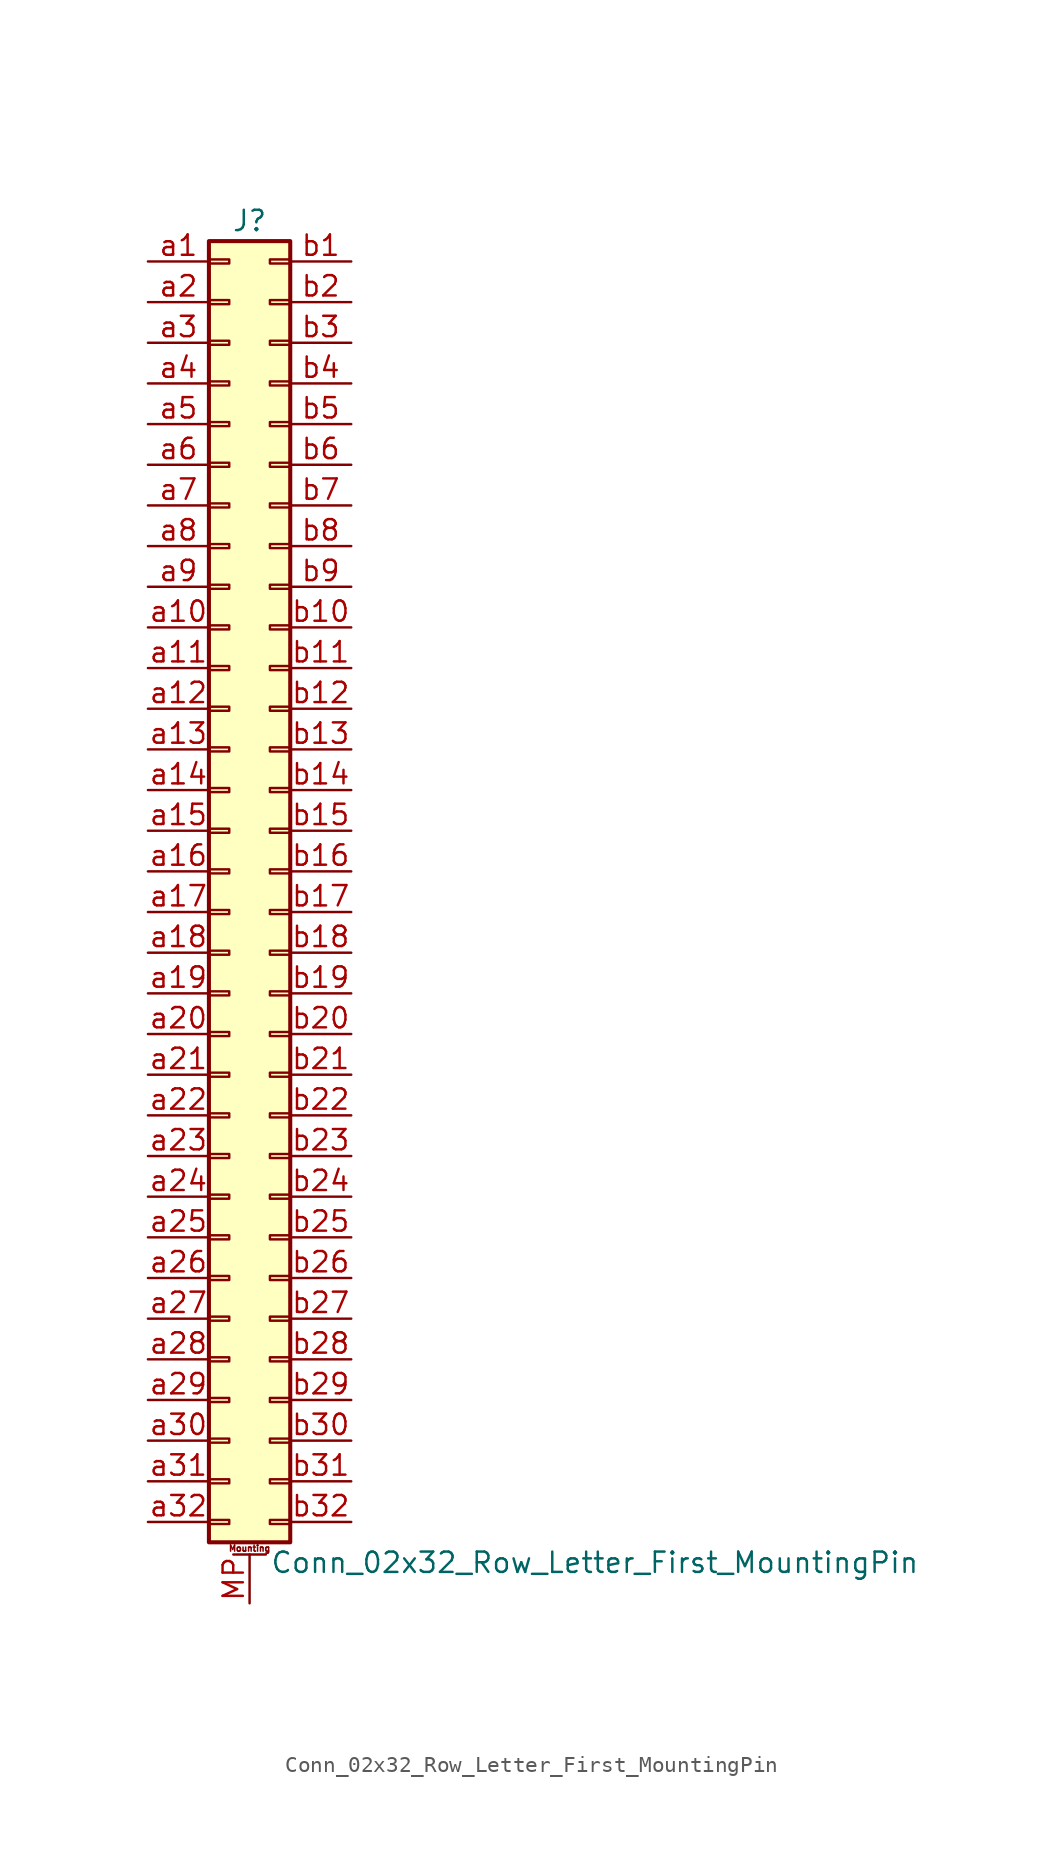
<source format=kicad_sym>
(kicad_symbol_lib
  (version 20201005)
  (generator kicad_symbol_editor)
  (symbol "Conn_02x32_Row_Letter_First_MountingPin"
    (pin_names
      (offset 1.016) hide)
    (property "Reference" "J"
      (at 1.27 40.64 0)
      (effects (font (size 1.27 1.27))))
    (property "Value" "Conn_02x32_Row_Letter_First_MountingPin"
      (at 2.54 -43.18 0)
      (effects (font (size 1.27 1.27)) (justify left)))
    (symbol "Conn_02x32_Row_Letter_First_MountingPin_1_1"
      (text "Mounting" (at 1.27 -42.291 0) (effects (font (size 0.381 0.381))))
      (rectangle (start -1.27 -40.513) (end 0 -40.767) (stroke (width 0.152)) (fill (type none)))
      (rectangle (start -1.27 -37.973) (end 0 -38.227) (stroke (width 0.152)) (fill (type none)))
      (rectangle (start -1.27 -35.433) (end 0 -35.687) (stroke (width 0.152)) (fill (type none)))
      (rectangle (start -1.27 -32.893) (end 0 -33.147) (stroke (width 0.152)) (fill (type none)))
      (rectangle (start -1.27 -30.353) (end 0 -30.607) (stroke (width 0.152)) (fill (type none)))
      (rectangle (start -1.27 -27.813) (end 0 -28.067) (stroke (width 0.152)) (fill (type none)))
      (rectangle (start -1.27 -25.273) (end 0 -25.527) (stroke (width 0.152)) (fill (type none)))
      (rectangle (start -1.27 -22.733) (end 0 -22.987) (stroke (width 0.152)) (fill (type none)))
      (rectangle (start -1.27 -20.193) (end 0 -20.447) (stroke (width 0.152)) (fill (type none)))
      (rectangle (start -1.27 -17.653) (end 0 -17.907) (stroke (width 0.152)) (fill (type none)))
      (rectangle (start -1.27 -15.113) (end 0 -15.367) (stroke (width 0.152)) (fill (type none)))
      (rectangle (start -1.27 -12.573) (end 0 -12.827) (stroke (width 0.152)) (fill (type none)))
      (rectangle (start -1.27 -10.033) (end 0 -10.287) (stroke (width 0.152)) (fill (type none)))
      (rectangle (start -1.27 -7.493) (end 0 -7.747) (stroke (width 0.152)) (fill (type none)))
      (rectangle (start -1.27 -4.953) (end 0 -5.207) (stroke (width 0.152)) (fill (type none)))
      (rectangle (start -1.27 -2.413) (end 0 -2.667) (stroke (width 0.152)) (fill (type none)))
      (rectangle (start -1.27 0.127) (end 0 -0.127) (stroke (width 0.152)) (fill (type none)))
      (rectangle (start -1.27 2.667) (end 0 2.413) (stroke (width 0.152)) (fill (type none)))
      (rectangle (start -1.27 5.207) (end 0 4.953) (stroke (width 0.152)) (fill (type none)))
      (rectangle (start -1.27 7.747) (end 0 7.493) (stroke (width 0.152)) (fill (type none)))
      (rectangle (start -1.27 10.287) (end 0 10.033) (stroke (width 0.152)) (fill (type none)))
      (rectangle (start -1.27 12.827) (end 0 12.573) (stroke (width 0.152)) (fill (type none)))
      (rectangle (start -1.27 15.367) (end 0 15.113) (stroke (width 0.152)) (fill (type none)))
      (rectangle (start -1.27 17.907) (end 0 17.653) (stroke (width 0.152)) (fill (type none)))
      (rectangle (start -1.27 20.447) (end 0 20.193) (stroke (width 0.152)) (fill (type none)))
      (rectangle (start -1.27 22.987) (end 0 22.733) (stroke (width 0.152)) (fill (type none)))
      (rectangle (start -1.27 25.527) (end 0 25.273) (stroke (width 0.152)) (fill (type none)))
      (rectangle (start -1.27 28.067) (end 0 27.813) (stroke (width 0.152)) (fill (type none)))
      (rectangle (start -1.27 30.607) (end 0 30.353) (stroke (width 0.152)) (fill (type none)))
      (rectangle (start -1.27 33.147) (end 0 32.893) (stroke (width 0.152)) (fill (type none)))
      (rectangle (start -1.27 35.687) (end 0 35.433) (stroke (width 0.152)) (fill (type none)))
      (rectangle (start -1.27 38.227) (end 0 37.973) (stroke (width 0.152)) (fill (type none)))
      (rectangle (start -1.27 39.37) (end 3.81 -41.91) (stroke (width 0.254)) (fill (type background)))
      (rectangle (start 3.81 -40.513) (end 2.54 -40.767) (stroke (width 0.152)) (fill (type none)))
      (rectangle (start 3.81 -37.973) (end 2.54 -38.227) (stroke (width 0.152)) (fill (type none)))
      (rectangle (start 3.81 -35.433) (end 2.54 -35.687) (stroke (width 0.152)) (fill (type none)))
      (rectangle (start 3.81 -32.893) (end 2.54 -33.147) (stroke (width 0.152)) (fill (type none)))
      (rectangle (start 3.81 -30.353) (end 2.54 -30.607) (stroke (width 0.152)) (fill (type none)))
      (rectangle (start 3.81 -27.813) (end 2.54 -28.067) (stroke (width 0.152)) (fill (type none)))
      (rectangle (start 3.81 -25.273) (end 2.54 -25.527) (stroke (width 0.152)) (fill (type none)))
      (rectangle (start 3.81 -22.733) (end 2.54 -22.987) (stroke (width 0.152)) (fill (type none)))
      (rectangle (start 3.81 -20.193) (end 2.54 -20.447) (stroke (width 0.152)) (fill (type none)))
      (rectangle (start 3.81 -17.653) (end 2.54 -17.907) (stroke (width 0.152)) (fill (type none)))
      (rectangle (start 3.81 -15.113) (end 2.54 -15.367) (stroke (width 0.152)) (fill (type none)))
      (rectangle (start 3.81 -12.573) (end 2.54 -12.827) (stroke (width 0.152)) (fill (type none)))
      (rectangle (start 3.81 -10.033) (end 2.54 -10.287) (stroke (width 0.152)) (fill (type none)))
      (rectangle (start 3.81 -7.493) (end 2.54 -7.747) (stroke (width 0.152)) (fill (type none)))
      (rectangle (start 3.81 -4.953) (end 2.54 -5.207) (stroke (width 0.152)) (fill (type none)))
      (rectangle (start 3.81 -2.413) (end 2.54 -2.667) (stroke (width 0.152)) (fill (type none)))
      (rectangle (start 3.81 0.127) (end 2.54 -0.127) (stroke (width 0.152)) (fill (type none)))
      (rectangle (start 3.81 2.667) (end 2.54 2.413) (stroke (width 0.152)) (fill (type none)))
      (rectangle (start 3.81 5.207) (end 2.54 4.953) (stroke (width 0.152)) (fill (type none)))
      (rectangle (start 3.81 7.747) (end 2.54 7.493) (stroke (width 0.152)) (fill (type none)))
      (rectangle (start 3.81 10.287) (end 2.54 10.033) (stroke (width 0.152)) (fill (type none)))
      (rectangle (start 3.81 12.827) (end 2.54 12.573) (stroke (width 0.152)) (fill (type none)))
      (rectangle (start 3.81 15.367) (end 2.54 15.113) (stroke (width 0.152)) (fill (type none)))
      (rectangle (start 3.81 17.907) (end 2.54 17.653) (stroke (width 0.152)) (fill (type none)))
      (rectangle (start 3.81 20.447) (end 2.54 20.193) (stroke (width 0.152)) (fill (type none)))
      (rectangle (start 3.81 22.987) (end 2.54 22.733) (stroke (width 0.152)) (fill (type none)))
      (rectangle (start 3.81 25.527) (end 2.54 25.273) (stroke (width 0.152)) (fill (type none)))
      (rectangle (start 3.81 28.067) (end 2.54 27.813) (stroke (width 0.152)) (fill (type none)))
      (rectangle (start 3.81 30.607) (end 2.54 30.353) (stroke (width 0.152)) (fill (type none)))
      (rectangle (start 3.81 33.147) (end 2.54 32.893) (stroke (width 0.152)) (fill (type none)))
      (rectangle (start 3.81 35.687) (end 2.54 35.433) (stroke (width 0.152)) (fill (type none)))
      (rectangle (start 3.81 38.227) (end 2.54 37.973) (stroke (width 0.152)) (fill (type none)))
      (polyline (pts (xy 0.254 -42.672) (xy 2.286 -42.672)) (stroke (width 0.152)) (fill (type none)))
      (pin passive line (at 1.27 -45.72 90) (length 3.048) (name "MountPin" (effects (font (size 1.27 1.27)))) (number "MP" (effects (font (size 1.27 1.27)))))
      (pin passive line (at -5.08 38.1 0) (length 3.81) (name "Pin_a1" (effects (font (size 1.27 1.27)))) (number "a1" (effects (font (size 1.27 1.27)))))
      (pin passive line (at -5.08 15.24 0) (length 3.81) (name "Pin_a10" (effects (font (size 1.27 1.27)))) (number "a10" (effects (font (size 1.27 1.27)))))
      (pin passive line (at -5.08 12.7 0) (length 3.81) (name "Pin_a11" (effects (font (size 1.27 1.27)))) (number "a11" (effects (font (size 1.27 1.27)))))
      (pin passive line (at -5.08 10.16 0) (length 3.81) (name "Pin_a12" (effects (font (size 1.27 1.27)))) (number "a12" (effects (font (size 1.27 1.27)))))
      (pin passive line (at -5.08 7.62 0) (length 3.81) (name "Pin_a13" (effects (font (size 1.27 1.27)))) (number "a13" (effects (font (size 1.27 1.27)))))
      (pin passive line (at -5.08 5.08 0) (length 3.81) (name "Pin_a14" (effects (font (size 1.27 1.27)))) (number "a14" (effects (font (size 1.27 1.27)))))
      (pin passive line (at -5.08 2.54 0) (length 3.81) (name "Pin_a15" (effects (font (size 1.27 1.27)))) (number "a15" (effects (font (size 1.27 1.27)))))
      (pin passive line (at -5.08 0 0) (length 3.81) (name "Pin_a16" (effects (font (size 1.27 1.27)))) (number "a16" (effects (font (size 1.27 1.27)))))
      (pin passive line (at -5.08 -2.54 0) (length 3.81) (name "Pin_a17" (effects (font (size 1.27 1.27)))) (number "a17" (effects (font (size 1.27 1.27)))))
      (pin passive line (at -5.08 -5.08 0) (length 3.81) (name "Pin_a18" (effects (font (size 1.27 1.27)))) (number "a18" (effects (font (size 1.27 1.27)))))
      (pin passive line (at -5.08 -7.62 0) (length 3.81) (name "Pin_a19" (effects (font (size 1.27 1.27)))) (number "a19" (effects (font (size 1.27 1.27)))))
      (pin passive line (at -5.08 35.56 0) (length 3.81) (name "Pin_a2" (effects (font (size 1.27 1.27)))) (number "a2" (effects (font (size 1.27 1.27)))))
      (pin passive line (at -5.08 -10.16 0) (length 3.81) (name "Pin_a20" (effects (font (size 1.27 1.27)))) (number "a20" (effects (font (size 1.27 1.27)))))
      (pin passive line (at -5.08 -12.7 0) (length 3.81) (name "Pin_a21" (effects (font (size 1.27 1.27)))) (number "a21" (effects (font (size 1.27 1.27)))))
      (pin passive line (at -5.08 -15.24 0) (length 3.81) (name "Pin_a22" (effects (font (size 1.27 1.27)))) (number "a22" (effects (font (size 1.27 1.27)))))
      (pin passive line (at -5.08 -17.78 0) (length 3.81) (name "Pin_a23" (effects (font (size 1.27 1.27)))) (number "a23" (effects (font (size 1.27 1.27)))))
      (pin passive line (at -5.08 -20.32 0) (length 3.81) (name "Pin_a24" (effects (font (size 1.27 1.27)))) (number "a24" (effects (font (size 1.27 1.27)))))
      (pin passive line (at -5.08 -22.86 0) (length 3.81) (name "Pin_a25" (effects (font (size 1.27 1.27)))) (number "a25" (effects (font (size 1.27 1.27)))))
      (pin passive line (at -5.08 -25.4 0) (length 3.81) (name "Pin_a26" (effects (font (size 1.27 1.27)))) (number "a26" (effects (font (size 1.27 1.27)))))
      (pin passive line (at -5.08 -27.94 0) (length 3.81) (name "Pin_a27" (effects (font (size 1.27 1.27)))) (number "a27" (effects (font (size 1.27 1.27)))))
      (pin passive line (at -5.08 -30.48 0) (length 3.81) (name "Pin_a28" (effects (font (size 1.27 1.27)))) (number "a28" (effects (font (size 1.27 1.27)))))
      (pin passive line (at -5.08 -33.02 0) (length 3.81) (name "Pin_a29" (effects (font (size 1.27 1.27)))) (number "a29" (effects (font (size 1.27 1.27)))))
      (pin passive line (at -5.08 33.02 0) (length 3.81) (name "Pin_a3" (effects (font (size 1.27 1.27)))) (number "a3" (effects (font (size 1.27 1.27)))))
      (pin passive line (at -5.08 -35.56 0) (length 3.81) (name "Pin_a30" (effects (font (size 1.27 1.27)))) (number "a30" (effects (font (size 1.27 1.27)))))
      (pin passive line (at -5.08 -38.1 0) (length 3.81) (name "Pin_a31" (effects (font (size 1.27 1.27)))) (number "a31" (effects (font (size 1.27 1.27)))))
      (pin passive line (at -5.08 -40.64 0) (length 3.81) (name "Pin_a32" (effects (font (size 1.27 1.27)))) (number "a32" (effects (font (size 1.27 1.27)))))
      (pin passive line (at -5.08 30.48 0) (length 3.81) (name "Pin_a4" (effects (font (size 1.27 1.27)))) (number "a4" (effects (font (size 1.27 1.27)))))
      (pin passive line (at -5.08 27.94 0) (length 3.81) (name "Pin_a5" (effects (font (size 1.27 1.27)))) (number "a5" (effects (font (size 1.27 1.27)))))
      (pin passive line (at -5.08 25.4 0) (length 3.81) (name "Pin_a6" (effects (font (size 1.27 1.27)))) (number "a6" (effects (font (size 1.27 1.27)))))
      (pin passive line (at -5.08 22.86 0) (length 3.81) (name "Pin_a7" (effects (font (size 1.27 1.27)))) (number "a7" (effects (font (size 1.27 1.27)))))
      (pin passive line (at -5.08 20.32 0) (length 3.81) (name "Pin_a8" (effects (font (size 1.27 1.27)))) (number "a8" (effects (font (size 1.27 1.27)))))
      (pin passive line (at -5.08 17.78 0) (length 3.81) (name "Pin_a9" (effects (font (size 1.27 1.27)))) (number "a9" (effects (font (size 1.27 1.27)))))
      (pin passive line (at 7.62 38.1 180) (length 3.81) (name "Pin_b1" (effects (font (size 1.27 1.27)))) (number "b1" (effects (font (size 1.27 1.27)))))
      (pin passive line (at 7.62 15.24 180) (length 3.81) (name "Pin_b10" (effects (font (size 1.27 1.27)))) (number "b10" (effects (font (size 1.27 1.27)))))
      (pin passive line (at 7.62 12.7 180) (length 3.81) (name "Pin_b11" (effects (font (size 1.27 1.27)))) (number "b11" (effects (font (size 1.27 1.27)))))
      (pin passive line (at 7.62 10.16 180) (length 3.81) (name "Pin_b12" (effects (font (size 1.27 1.27)))) (number "b12" (effects (font (size 1.27 1.27)))))
      (pin passive line (at 7.62 7.62 180) (length 3.81) (name "Pin_b13" (effects (font (size 1.27 1.27)))) (number "b13" (effects (font (size 1.27 1.27)))))
      (pin passive line (at 7.62 5.08 180) (length 3.81) (name "Pin_b14" (effects (font (size 1.27 1.27)))) (number "b14" (effects (font (size 1.27 1.27)))))
      (pin passive line (at 7.62 2.54 180) (length 3.81) (name "Pin_b15" (effects (font (size 1.27 1.27)))) (number "b15" (effects (font (size 1.27 1.27)))))
      (pin passive line (at 7.62 0 180) (length 3.81) (name "Pin_b16" (effects (font (size 1.27 1.27)))) (number "b16" (effects (font (size 1.27 1.27)))))
      (pin passive line (at 7.62 -2.54 180) (length 3.81) (name "Pin_b17" (effects (font (size 1.27 1.27)))) (number "b17" (effects (font (size 1.27 1.27)))))
      (pin passive line (at 7.62 -5.08 180) (length 3.81) (name "Pin_b18" (effects (font (size 1.27 1.27)))) (number "b18" (effects (font (size 1.27 1.27)))))
      (pin passive line (at 7.62 -7.62 180) (length 3.81) (name "Pin_b19" (effects (font (size 1.27 1.27)))) (number "b19" (effects (font (size 1.27 1.27)))))
      (pin passive line (at 7.62 35.56 180) (length 3.81) (name "Pin_b2" (effects (font (size 1.27 1.27)))) (number "b2" (effects (font (size 1.27 1.27)))))
      (pin passive line (at 7.62 -10.16 180) (length 3.81) (name "Pin_b20" (effects (font (size 1.27 1.27)))) (number "b20" (effects (font (size 1.27 1.27)))))
      (pin passive line (at 7.62 -12.7 180) (length 3.81) (name "Pin_b21" (effects (font (size 1.27 1.27)))) (number "b21" (effects (font (size 1.27 1.27)))))
      (pin passive line (at 7.62 -15.24 180) (length 3.81) (name "Pin_b22" (effects (font (size 1.27 1.27)))) (number "b22" (effects (font (size 1.27 1.27)))))
      (pin passive line (at 7.62 -17.78 180) (length 3.81) (name "Pin_b23" (effects (font (size 1.27 1.27)))) (number "b23" (effects (font (size 1.27 1.27)))))
      (pin passive line (at 7.62 -20.32 180) (length 3.81) (name "Pin_b24" (effects (font (size 1.27 1.27)))) (number "b24" (effects (font (size 1.27 1.27)))))
      (pin passive line (at 7.62 -22.86 180) (length 3.81) (name "Pin_b25" (effects (font (size 1.27 1.27)))) (number "b25" (effects (font (size 1.27 1.27)))))
      (pin passive line (at 7.62 -25.4 180) (length 3.81) (name "Pin_b26" (effects (font (size 1.27 1.27)))) (number "b26" (effects (font (size 1.27 1.27)))))
      (pin passive line (at 7.62 -27.94 180) (length 3.81) (name "Pin_b27" (effects (font (size 1.27 1.27)))) (number "b27" (effects (font (size 1.27 1.27)))))
      (pin passive line (at 7.62 -30.48 180) (length 3.81) (name "Pin_b28" (effects (font (size 1.27 1.27)))) (number "b28" (effects (font (size 1.27 1.27)))))
      (pin passive line (at 7.62 -33.02 180) (length 3.81) (name "Pin_b29" (effects (font (size 1.27 1.27)))) (number "b29" (effects (font (size 1.27 1.27)))))
      (pin passive line (at 7.62 33.02 180) (length 3.81) (name "Pin_b3" (effects (font (size 1.27 1.27)))) (number "b3" (effects (font (size 1.27 1.27)))))
      (pin passive line (at 7.62 -35.56 180) (length 3.81) (name "Pin_b30" (effects (font (size 1.27 1.27)))) (number "b30" (effects (font (size 1.27 1.27)))))
      (pin passive line (at 7.62 -38.1 180) (length 3.81) (name "Pin_b31" (effects (font (size 1.27 1.27)))) (number "b31" (effects (font (size 1.27 1.27)))))
      (pin passive line (at 7.62 -40.64 180) (length 3.81) (name "Pin_b32" (effects (font (size 1.27 1.27)))) (number "b32" (effects (font (size 1.27 1.27)))))
      (pin passive line (at 7.62 30.48 180) (length 3.81) (name "Pin_b4" (effects (font (size 1.27 1.27)))) (number "b4" (effects (font (size 1.27 1.27)))))
      (pin passive line (at 7.62 27.94 180) (length 3.81) (name "Pin_b5" (effects (font (size 1.27 1.27)))) (number "b5" (effects (font (size 1.27 1.27)))))
      (pin passive line (at 7.62 25.4 180) (length 3.81) (name "Pin_b6" (effects (font (size 1.27 1.27)))) (number "b6" (effects (font (size 1.27 1.27)))))
      (pin passive line (at 7.62 22.86 180) (length 3.81) (name "Pin_b7" (effects (font (size 1.27 1.27)))) (number "b7" (effects (font (size 1.27 1.27)))))
      (pin passive line (at 7.62 20.32 180) (length 3.81) (name "Pin_b8" (effects (font (size 1.27 1.27)))) (number "b8" (effects (font (size 1.27 1.27)))))
      (pin passive line (at 7.62 17.78 180) (length 3.81) (name "Pin_b9" (effects (font (size 1.27 1.27)))) (number "b9" (effects (font (size 1.27 1.27))))))))
</source>
